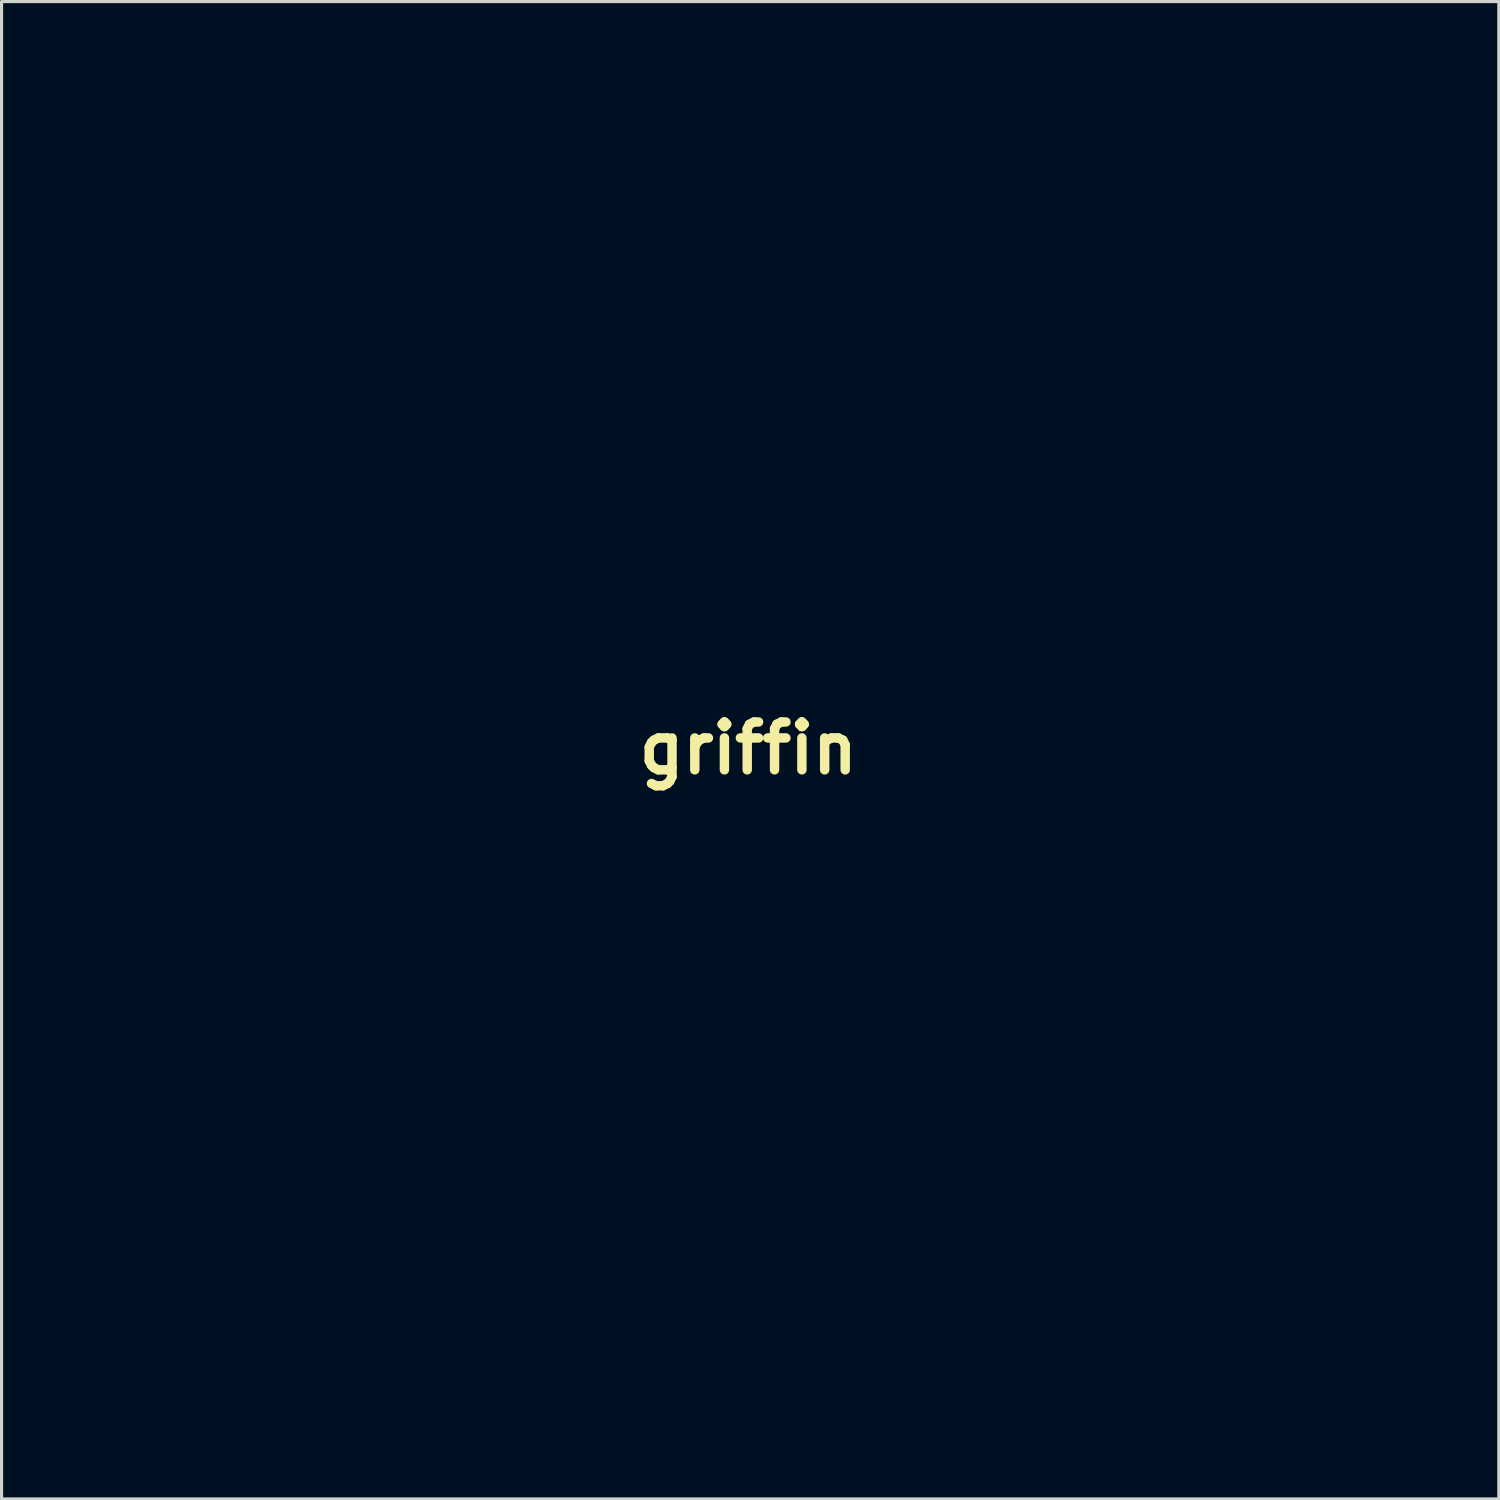
<source format=kicad_pcb>
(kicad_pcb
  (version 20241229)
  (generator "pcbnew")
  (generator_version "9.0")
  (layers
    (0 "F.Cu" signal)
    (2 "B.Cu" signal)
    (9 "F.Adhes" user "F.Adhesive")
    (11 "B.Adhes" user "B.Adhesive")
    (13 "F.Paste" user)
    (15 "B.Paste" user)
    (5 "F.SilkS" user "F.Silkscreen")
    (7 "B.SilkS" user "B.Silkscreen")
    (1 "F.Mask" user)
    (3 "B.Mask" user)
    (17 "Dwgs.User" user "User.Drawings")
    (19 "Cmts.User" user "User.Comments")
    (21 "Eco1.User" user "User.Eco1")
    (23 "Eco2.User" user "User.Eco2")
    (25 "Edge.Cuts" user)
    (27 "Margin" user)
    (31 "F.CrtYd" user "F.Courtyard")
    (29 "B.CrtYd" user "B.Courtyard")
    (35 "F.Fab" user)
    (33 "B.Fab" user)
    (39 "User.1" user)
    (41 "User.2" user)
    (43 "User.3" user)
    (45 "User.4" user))
  (footprint "griffin"
    (layer "F.Cu")
    (at 20.786 20.781)
    (property "Reference" "griffin" (at 0 0 0) (layer "F.SilkS") (effects (font (size 1.524 1.524) (thickness 0.3))))
    (attr through_hole)
    (fp_poly (pts (xy -4.574 -9.854) (xy -4.366 -9.611) (xy -4.099 -9.231) (xy -4.083 -9.207) (xy -3.844 -8.856) (xy -3.617 -8.526) (xy -3.433 -8.261) (xy -3.344 -8.137) (xy -3.173 -7.834) (xy -3.15 -7.569) (xy -3.281 -7.307) (xy -3.461 -7.112) (xy -3.903 -6.788) (xy -4.444 -6.54) (xy -5.02 -6.391) (xy -5.441 -6.36) (xy -5.75 -6.372) (xy -6.011 -6.392) (xy -6.138 -6.411) (xy -6.367 -6.509) (xy -6.485 -6.686) (xy -6.519 -6.981) (xy -6.519 -6.986) (xy -6.446 -7.578) (xy -6.237 -8.207) (xy -5.908 -8.839) (xy -5.477 -9.437) (xy -5.325 -9.609) (xy -5.1 -9.836) (xy -4.916 -9.958) (xy -4.749 -9.967) (xy -4.574 -9.854)) (stroke (width 0.01) (type solid)) (fill no) (layer "Eco2.User"))
    (fp_poly (pts (xy 14.115 -3.831) (xy 14.479 -3.77) (xy 14.769 -3.644) (xy 15.083 -3.4) (xy 15.421 -3.061) (xy 15.733 -2.681) (xy 15.97 -2.319) (xy 16.026 -2.207) (xy 16.193 -1.831) (xy 15.992 -1.665) (xy 15.829 -1.557) (xy 15.557 -1.403) (xy 15.221 -1.229) (xy 15.018 -1.13) (xy 14.396 -0.87) (xy 13.857 -0.73) (xy 13.374 -0.706) (xy 12.915 -0.795) (xy 12.825 -0.825) (xy 12.365 -1.029) (xy 11.983 -1.297) (xy 11.628 -1.67) (xy 11.462 -1.886) (xy 11.198 -2.275) (xy 11.055 -2.567) (xy 11.027 -2.779) (xy 11.102 -2.919) (xy 11.242 -2.999) (xy 11.513 -3.108) (xy 11.878 -3.237) (xy 12.303 -3.375) (xy 12.754 -3.512) (xy 13.195 -3.636) (xy 13.591 -3.738) (xy 13.908 -3.806) (xy 14.112 -3.831) (xy 14.115 -3.831)) (stroke (width 0.01) (type solid)) (fill no) (layer "Eco2.User"))
    (fp_poly (pts (xy 12.653 1.084) (xy 13.247 1.192) (xy 13.97 1.358) (xy 14.586 1.511) (xy 15.057 1.631) (xy 15.402 1.726) (xy 15.64 1.803) (xy 15.791 1.869) (xy 15.875 1.931) (xy 15.911 1.995) (xy 15.917 2.061) (xy 15.853 2.31) (xy 15.678 2.621) (xy 15.42 2.959) (xy 15.109 3.286) (xy 14.772 3.569) (xy 14.652 3.652) (xy 14.205 3.842) (xy 13.657 3.903) (xy 13.018 3.836) (xy 12.298 3.64) (xy 12.28 3.634) (xy 11.743 3.436) (xy 11.249 3.232) (xy 10.822 3.033) (xy 10.488 2.852) (xy 10.27 2.701) (xy 10.198 2.61) (xy 10.211 2.424) (xy 10.32 2.165) (xy 10.498 1.879) (xy 10.718 1.61) (xy 10.857 1.478) (xy 11.14 1.271) (xy 11.436 1.13) (xy 11.771 1.052) (xy 12.169 1.037) (xy 12.653 1.084)) (stroke (width 0.01) (type solid)) (fill no) (layer "Eco2.User"))
    (fp_poly (pts (xy 10.074 3.259) (xy 10.328 3.355) (xy 10.657 3.504) (xy 11.026 3.688) (xy 11.401 3.89) (xy 11.745 4.092) (xy 12.024 4.277) (xy 12.034 4.284) (xy 12.441 4.622) (xy 12.798 4.991) (xy 13.067 5.351) (xy 13.175 5.556) (xy 13.252 5.807) (xy 13.318 6.135) (xy 13.343 6.329) (xy 13.36 6.637) (xy 13.325 6.878) (xy 13.221 7.138) (xy 13.151 7.278) (xy 13.012 7.525) (xy 12.892 7.701) (xy 12.827 7.763) (xy 12.721 7.735) (xy 12.502 7.641) (xy 12.206 7.498) (xy 11.971 7.376) (xy 11.387 7.055) (xy 10.929 6.773) (xy 10.567 6.511) (xy 10.27 6.245) (xy 10.126 6.094) (xy 9.853 5.751) (xy 9.683 5.416) (xy 9.596 5.034) (xy 9.572 4.548) (xy 9.572 4.511) (xy 9.6 3.997) (xy 9.672 3.601) (xy 9.784 3.341) (xy 9.929 3.233) (xy 10.074 3.259)) (stroke (width 0.01) (type solid)) (fill no) (layer "Eco2.User"))
    (fp_poly (pts (xy -5.993 -13.099) (xy -5.987 -13.095) (xy -5.916 -12.984) (xy -5.798 -12.746) (xy -5.648 -12.409) (xy -5.479 -12.005) (xy -5.392 -11.786) (xy -5.197 -11.28) (xy -5.067 -10.902) (xy -5 -10.624) (xy -4.996 -10.417) (xy -5.054 -10.253) (xy -5.174 -10.104) (xy -5.348 -9.948) (xy -5.613 -9.763) (xy -5.993 -9.548) (xy -6.445 -9.322) (xy -6.921 -9.108) (xy -7.379 -8.926) (xy -7.771 -8.798) (xy -7.874 -8.772) (xy -8.289 -8.693) (xy -8.737 -8.635) (xy -9.174 -8.598) (xy -9.559 -8.588) (xy -9.849 -8.605) (xy -9.97 -8.634) (xy -10.102 -8.729) (xy -10.15 -8.884) (xy -10.115 -9.129) (xy -9.996 -9.491) (xy -9.988 -9.513) (xy -9.652 -10.219) (xy -9.178 -10.901) (xy -8.557 -11.57) (xy -7.778 -12.239) (xy -7.64 -12.345) (xy -7.126 -12.718) (xy -6.716 -12.975) (xy -6.399 -13.12) (xy -6.162 -13.159) (xy -5.993 -13.099)) (stroke (width 0.01) (type solid)) (fill no) (layer "Eco2.User"))
    (fp_poly (pts (xy 13.979 -7.963) (xy 14.036 -7.791) (xy 14.05 -7.492) (xy 14.039 -7.048) (xy 13.999 -6.489) (xy 13.917 -6.054) (xy 13.775 -5.695) (xy 13.555 -5.37) (xy 13.239 -5.031) (xy 13.239 -5.031) (xy 13.047 -4.866) (xy 12.766 -4.653) (xy 12.427 -4.412) (xy 12.059 -4.162) (xy 11.694 -3.924) (xy 11.362 -3.717) (xy 11.093 -3.563) (xy 10.917 -3.48) (xy 10.878 -3.471) (xy 10.753 -3.529) (xy 10.618 -3.65) (xy 10.54 -3.762) (xy 10.492 -3.916) (xy 10.467 -4.149) (xy 10.458 -4.501) (xy 10.458 -4.645) (xy 10.464 -5.041) (xy 10.486 -5.321) (xy 10.534 -5.538) (xy 10.619 -5.744) (xy 10.709 -5.914) (xy 10.921 -6.235) (xy 11.184 -6.552) (xy 11.33 -6.694) (xy 11.664 -6.955) (xy 12.09 -7.239) (xy 12.553 -7.515) (xy 13 -7.751) (xy 13.377 -7.914) (xy 13.409 -7.926) (xy 13.681 -8.01) (xy 13.866 -8.029) (xy 13.979 -7.963)) (stroke (width 0.01) (type solid)) (fill no) (layer "Eco2.User"))
    (fp_poly (pts (xy 19.453 2.426) (xy 19.704 2.5) (xy 20.224 2.791) (xy 20.598 3.166) (xy 20.823 3.621) (xy 20.899 4.152) (xy 20.823 4.754) (xy 20.758 4.989) (xy 20.64 5.302) (xy 20.536 5.454) (xy 20.448 5.441) (xy 20.379 5.264) (xy 20.37 5.219) (xy 20.214 4.827) (xy 19.921 4.494) (xy 19.514 4.239) (xy 19.021 4.078) (xy 18.527 4.026) (xy 18.21 4.031) (xy 18.004 4.064) (xy 17.85 4.141) (xy 17.701 4.27) (xy 17.494 4.511) (xy 17.44 4.685) (xy 17.538 4.792) (xy 17.778 4.826) (xy 18.033 4.857) (xy 18.368 4.937) (xy 18.68 5.039) (xy 19.21 5.258) (xy 19.593 5.472) (xy 19.847 5.705) (xy 19.994 5.981) (xy 20.052 6.324) (xy 20.045 6.71) (xy 20.005 7.048) (xy 19.927 7.356) (xy 19.791 7.697) (xy 19.632 8.025) (xy 19.464 8.342) (xy 19.314 8.596) (xy 19.204 8.752) (xy 19.167 8.785) (xy 19.101 8.725) (xy 19.049 8.523) (xy 19.031 8.379) (xy 18.959 8.012) (xy 18.807 7.722) (xy 18.545 7.474) (xy 18.147 7.233) (xy 18.104 7.21) (xy 17.555 6.99) (xy 17.068 6.922) (xy 16.647 7.005) (xy 16.297 7.24) (xy 16.023 7.625) (xy 16.014 7.643) (xy 15.872 8.042) (xy 15.884 8.39) (xy 16.054 8.714) (xy 16.217 8.893) (xy 16.397 9.051) (xy 16.567 9.143) (xy 16.789 9.19) (xy 17.088 9.213) (xy 17.407 9.225) (xy 17.615 9.205) (xy 17.771 9.141) (xy 17.924 9.026) (xy 18.156 8.853) (xy 18.292 8.815) (xy 18.342 8.913) (xy 18.322 9.123) (xy 18.097 9.89) (xy 17.777 10.503) (xy 17.514 10.834) (xy 17.223 11.023) (xy 16.871 11.082) (xy 16.422 11.022) (xy 16.372 11.011) (xy 15.955 10.834) (xy 15.569 10.531) (xy 15.258 10.145) (xy 15.064 9.718) (xy 15.062 9.712) (xy 15.015 9.364) (xy 15.051 8.94) (xy 15.173 8.42) (xy 15.386 7.785) (xy 15.461 7.585) (xy 15.598 7.218) (xy 15.675 6.964) (xy 15.7 6.782) (xy 15.683 6.63) (xy 15.66 6.551) (xy 15.509 6.284) (xy 15.235 5.979) (xy 14.873 5.665) (xy 14.455 5.371) (xy 14.016 5.127) (xy 14.003 5.121) (xy 13.626 4.926) (xy 13.4 4.764) (xy 13.311 4.623) (xy 13.348 4.488) (xy 13.396 4.432) (xy 13.499 4.357) (xy 13.624 4.358) (xy 13.825 4.432) (xy 14.207 4.571) (xy 14.652 4.702) (xy 15.105 4.811) (xy 15.51 4.885) (xy 15.795 4.911) (xy 16.11 4.889) (xy 16.358 4.809) (xy 16.571 4.646) (xy 16.778 4.375) (xy 17.01 3.972) (xy 17.042 3.911) (xy 17.382 3.346) (xy 17.74 2.896) (xy 18.098 2.581) (xy 18.34 2.452) (xy 18.661 2.385) (xy 19.059 2.378) (xy 19.453 2.426)) (stroke (width 0.01) (type solid)) (fill no) (layer "Eco2.User"))
    (fp_poly (pts (xy 17.859 -10.965) (xy 18.138 -10.885) (xy 18.38 -10.764) (xy 18.408 -10.743) (xy 18.556 -10.582) (xy 18.739 -10.321) (xy 18.93 -10.005) (xy 19.105 -9.681) (xy 19.237 -9.392) (xy 19.301 -9.186) (xy 19.304 -9.155) (xy 19.258 -9.006) (xy 19.133 -8.994) (xy 18.95 -9.116) (xy 18.889 -9.178) (xy 18.637 -9.364) (xy 18.327 -9.429) (xy 17.926 -9.378) (xy 17.851 -9.36) (xy 17.317 -9.146) (xy 16.881 -8.816) (xy 16.564 -8.391) (xy 16.392 -7.916) (xy 16.363 -7.675) (xy 16.405 -7.539) (xy 16.535 -7.505) (xy 16.77 -7.57) (xy 17.128 -7.73) (xy 17.203 -7.766) (xy 17.871 -8.074) (xy 18.428 -8.275) (xy 18.891 -8.373) (xy 19.276 -8.372) (xy 19.603 -8.275) (xy 19.635 -8.259) (xy 19.759 -8.17) (xy 19.871 -8.023) (xy 19.987 -7.786) (xy 20.127 -7.427) (xy 20.171 -7.306) (xy 20.35 -6.794) (xy 20.47 -6.42) (xy 20.533 -6.165) (xy 20.544 -6.011) (xy 20.508 -5.938) (xy 20.459 -5.927) (xy 20.328 -5.991) (xy 20.175 -6.147) (xy 20.155 -6.175) (xy 19.871 -6.437) (xy 19.491 -6.561) (xy 19.022 -6.549) (xy 18.467 -6.399) (xy 18.203 -6.292) (xy 17.728 -6.028) (xy 17.359 -5.711) (xy 17.116 -5.364) (xy 17.019 -5.008) (xy 17.018 -4.973) (xy 17.094 -4.74) (xy 17.292 -4.517) (xy 17.567 -4.343) (xy 17.847 -4.259) (xy 18.257 -4.275) (xy 18.672 -4.412) (xy 19.049 -4.642) (xy 19.346 -4.939) (xy 19.519 -5.277) (xy 19.525 -5.297) (xy 19.595 -5.444) (xy 19.673 -5.479) (xy 19.765 -5.374) (xy 19.861 -5.143) (xy 19.949 -4.832) (xy 20.018 -4.484) (xy 20.057 -4.143) (xy 20.061 -4.032) (xy 20.055 -3.74) (xy 20.014 -3.55) (xy 19.912 -3.397) (xy 19.773 -3.258) (xy 19.365 -2.975) (xy 18.863 -2.785) (xy 18.324 -2.71) (xy 18.279 -2.709) (xy 17.964 -2.739) (xy 17.72 -2.85) (xy 17.607 -2.937) (xy 17.436 -3.13) (xy 17.235 -3.433) (xy 17.035 -3.799) (xy 16.997 -3.876) (xy 16.74 -4.342) (xy 16.468 -4.666) (xy 16.158 -4.857) (xy 15.787 -4.921) (xy 15.332 -4.865) (xy 14.771 -4.699) (xy 14.632 -4.649) (xy 14.106 -4.465) (xy 13.721 -4.361) (xy 13.471 -4.334) (xy 13.348 -4.382) (xy 13.345 -4.387) (xy 13.317 -4.5) (xy 13.384 -4.624) (xy 13.565 -4.775) (xy 13.876 -4.968) (xy 14.071 -5.078) (xy 14.661 -5.442) (xy 15.154 -5.824) (xy 15.528 -6.204) (xy 15.759 -6.56) (xy 15.888 -7.033) (xy 15.897 -7.618) (xy 15.784 -8.318) (xy 15.743 -8.487) (xy 15.636 -9.031) (xy 15.633 -9.474) (xy 15.745 -9.841) (xy 15.987 -10.156) (xy 16.37 -10.445) (xy 16.909 -10.732) (xy 16.909 -10.732) (xy 17.248 -10.884) (xy 17.492 -10.963) (xy 17.695 -10.983) (xy 17.859 -10.965)) (stroke (width 0.01) (type solid)) (fill no) (layer "Eco2.User"))
    (fp_poly (pts (xy 2.106 7.172) (xy 3.124 7.399) (xy 4.231 7.741) (xy 5.04 8.042) (xy 6.143 8.508) (xy 7.113 8.976) (xy 7.982 9.463) (xy 8.377 9.711) (xy 8.868 10.035) (xy 9.229 10.289) (xy 9.479 10.487) (xy 9.636 10.646) (xy 9.716 10.781) (xy 9.737 10.898) (xy 9.69 11.106) (xy 9.562 11.415) (xy 9.372 11.79) (xy 9.14 12.194) (xy 8.885 12.592) (xy 8.627 12.95) (xy 8.596 12.989) (xy 8.067 13.586) (xy 7.433 14.198) (xy 6.736 14.79) (xy 6.016 15.329) (xy 5.316 15.78) (xy 4.889 16.011) (xy 4.615 16.159) (xy 4.412 16.292) (xy 4.32 16.386) (xy 4.318 16.395) (xy 4.397 16.486) (xy 4.614 16.561) (xy 4.938 16.618) (xy 5.338 16.651) (xy 5.781 16.656) (xy 6.095 16.641) (xy 6.973 16.549) (xy 7.8 16.399) (xy 8.619 16.178) (xy 9.47 15.875) (xy 10.395 15.478) (xy 10.715 15.329) (xy 11.12 15.143) (xy 11.483 14.987) (xy 11.771 14.875) (xy 11.95 14.82) (xy 11.978 14.817) (xy 12.15 14.864) (xy 12.419 14.99) (xy 12.746 15.173) (xy 13.092 15.39) (xy 13.417 15.62) (xy 13.517 15.697) (xy 13.824 15.943) (xy 13.772 16.615) (xy 13.687 17.187) (xy 13.521 17.639) (xy 13.254 18.009) (xy 12.969 18.263) (xy 12.68 18.464) (xy 12.496 18.541) (xy 12.404 18.491) (xy 12.393 18.314) (xy 12.412 18.182) (xy 12.452 17.907) (xy 12.471 17.671) (xy 12.471 17.627) (xy 12.393 17.373) (xy 12.213 17.188) (xy 11.98 17.117) (xy 11.942 17.12) (xy 11.832 17.143) (xy 11.764 17.205) (xy 11.723 17.342) (xy 11.695 17.592) (xy 11.68 17.791) (xy 11.643 18.164) (xy 11.583 18.423) (xy 11.483 18.627) (xy 11.41 18.732) (xy 11.064 19.055) (xy 10.611 19.281) (xy 10.283 19.363) (xy 10.084 19.379) (xy 10.005 19.324) (xy 10.035 19.172) (xy 10.127 18.972) (xy 10.217 18.627) (xy 10.17 18.28) (xy 10.019 18.018) (xy 9.807 17.882) (xy 9.586 17.887) (xy 9.391 18.013) (xy 9.261 18.239) (xy 9.229 18.458) (xy 9.161 18.897) (xy 8.961 19.233) (xy 8.636 19.462) (xy 8.192 19.579) (xy 7.641 19.581) (xy 7.381 19.531) (xy 7.282 19.44) (xy 7.281 19.426) (xy 7.327 19.317) (xy 7.364 19.304) (xy 7.461 19.233) (xy 7.571 19.059) (xy 7.662 18.844) (xy 7.704 18.65) (xy 7.705 18.637) (xy 7.63 18.407) (xy 7.423 18.256) (xy 7.119 18.203) (xy 6.869 18.236) (xy 6.677 18.353) (xy 6.502 18.587) (xy 6.402 18.772) (xy 6.245 19.006) (xy 6.034 19.153) (xy 5.731 19.23) (xy 5.318 19.255) (xy 4.931 19.243) (xy 4.701 19.191) (xy 4.617 19.09) (xy 4.67 18.932) (xy 4.772 18.795) (xy 4.951 18.533) (xy 4.99 18.327) (xy 4.882 18.168) (xy 4.62 18.046) (xy 4.197 17.951) (xy 4.16 17.945) (xy 3.689 17.846) (xy 3.18 17.7) (xy 2.672 17.523) (xy 2.206 17.331) (xy 1.819 17.137) (xy 1.55 16.957) (xy 1.512 16.922) (xy 1.396 16.779) (xy 1.348 16.634) (xy 1.38 16.467) (xy 1.5 16.26) (xy 1.72 15.992) (xy 2.049 15.644) (xy 2.356 15.338) (xy 2.779 14.904) (xy 3.166 14.478) (xy 3.501 14.078) (xy 3.768 13.724) (xy 3.953 13.438) (xy 4.038 13.238) (xy 4.039 13.175) (xy 3.949 13.101) (xy 3.744 13) (xy 3.507 12.908) (xy 2.581 12.496) (xy 1.732 11.94) (xy 0.972 11.251) (xy 0.313 10.443) (xy -0.236 9.527) (xy -0.661 8.515) (xy -0.671 8.485) (xy -0.787 8.028) (xy -0.782 7.674) (xy -0.647 7.413) (xy -0.373 7.23) (xy 0.049 7.115) (xy 0.374 7.073) (xy 1.186 7.063) (xy 2.106 7.172)) (stroke (width 0.01) (type solid)) (fill no) (layer "Eco2.User"))
    (fp_poly (pts (xy 5.207 -18.88) (xy 5.54 -18.677) (xy 5.896 -18.489) (xy 6.152 -18.376) (xy 6.493 -18.279) (xy 6.961 -18.192) (xy 7.515 -18.119) (xy 8.112 -18.065) (xy 8.711 -18.035) (xy 8.962 -18.031) (xy 9.612 -18.002) (xy 10.255 -17.923) (xy 10.861 -17.803) (xy 11.399 -17.65) (xy 11.838 -17.472) (xy 12.148 -17.275) (xy 12.21 -17.214) (xy 12.369 -16.979) (xy 12.532 -16.643) (xy 12.669 -16.275) (xy 12.745 -15.981) (xy 12.765 -15.772) (xy 12.711 -15.673) (xy 12.559 -15.677) (xy 12.286 -15.774) (xy 12.248 -15.79) (xy 12.115 -15.849) (xy 12.021 -15.877) (xy 11.939 -15.855) (xy 11.844 -15.762) (xy 11.707 -15.58) (xy 11.504 -15.288) (xy 11.423 -15.173) (xy 11.189 -14.881) (xy 11.005 -14.751) (xy 10.87 -14.784) (xy 10.784 -14.978) (xy 10.745 -15.335) (xy 10.744 -15.367) (xy 10.724 -15.777) (xy 10.68 -16.051) (xy 10.596 -16.22) (xy 10.457 -16.318) (xy 10.272 -16.372) (xy 9.954 -16.406) (xy 9.608 -16.398) (xy 9.532 -16.388) (xy 9.285 -16.336) (xy 9.169 -16.262) (xy 9.144 -16.164) (xy 9.207 -15.933) (xy 9.38 -15.637) (xy 9.635 -15.315) (xy 9.944 -15.008) (xy 10.386 -14.697) (xy 10.838 -14.543) (xy 11.314 -14.546) (xy 11.826 -14.706) (xy 12.381 -15.017) (xy 12.642 -15.176) (xy 12.863 -15.287) (xy 12.986 -15.325) (xy 13.131 -15.288) (xy 13.372 -15.192) (xy 13.65 -15.061) (xy 14.14 -14.795) (xy 14.489 -14.552) (xy 14.717 -14.307) (xy 14.847 -14.037) (xy 14.898 -13.715) (xy 14.901 -13.582) (xy 14.877 -13.233) (xy 14.813 -12.906) (xy 14.722 -12.649) (xy 14.616 -12.507) (xy 14.598 -12.498) (xy 14.488 -12.536) (xy 14.353 -12.689) (xy 14.322 -12.738) (xy 14.17 -12.918) (xy 13.927 -13.082) (xy 13.579 -13.235) (xy 13.111 -13.382) (xy 12.507 -13.529) (xy 11.752 -13.68) (xy 11.557 -13.716) (xy 11.249 -13.781) (xy 10.868 -13.876) (xy 10.541 -13.966) (xy 10.158 -14.062) (xy 9.81 -14.12) (xy 9.532 -14.138) (xy 9.357 -14.112) (xy 9.313 -14.063) (xy 9.38 -13.975) (xy 9.56 -13.819) (xy 9.824 -13.614) (xy 10.141 -13.384) (xy 10.483 -13.148) (xy 10.818 -12.928) (xy 11.116 -12.745) (xy 11.345 -12.622) (xy 11.613 -12.51) (xy 11.863 -12.444) (xy 12.158 -12.415) (xy 12.552 -12.411) (xy 12.882 -12.407) (xy 13.137 -12.392) (xy 13.277 -12.368) (xy 13.293 -12.356) (xy 13.228 -12.25) (xy 13.061 -12.09) (xy 12.836 -11.91) (xy 12.595 -11.744) (xy 12.381 -11.627) (xy 12.368 -11.621) (xy 11.901 -11.515) (xy 11.344 -11.549) (xy 10.694 -11.724) (xy 10.087 -11.975) (xy 9.728 -12.134) (xy 9.414 -12.258) (xy 9.184 -12.332) (xy 9.083 -12.346) (xy 8.974 -12.277) (xy 8.897 -12.107) (xy 8.848 -11.817) (xy 8.823 -11.386) (xy 8.818 -11.134) (xy 8.848 -10.266) (xy 8.954 -9.48) (xy 9.13 -8.796) (xy 9.373 -8.237) (xy 9.567 -7.946) (xy 9.76 -7.65) (xy 9.814 -7.428) (xy 9.745 -7.287) (xy 9.567 -7.231) (xy 9.297 -7.265) (xy 8.95 -7.396) (xy 8.564 -7.612) (xy 8.075 -7.978) (xy 7.722 -8.373) (xy 7.473 -8.835) (xy 7.405 -9.018) (xy 7.302 -9.297) (xy 7.209 -9.503) (xy 7.145 -9.592) (xy 7.144 -9.592) (xy 7.096 -9.524) (xy 7.04 -9.329) (xy 6.985 -9.046) (xy 6.98 -9.011) (xy 6.848 -8.431) (xy 6.646 -7.938) (xy 6.388 -7.561) (xy 6.189 -7.387) (xy 5.797 -7.224) (xy 5.359 -7.206) (xy 4.917 -7.332) (xy 4.77 -7.41) (xy 4.442 -7.671) (xy 4.215 -8.013) (xy 4.078 -8.459) (xy 4.024 -9.03) (xy 4.022 -9.186) (xy 4.029 -9.558) (xy 4.048 -9.891) (xy 4.075 -10.129) (xy 4.087 -10.181) (xy 4.109 -10.362) (xy 4.056 -10.409) (xy 3.953 -10.323) (xy 3.858 -10.171) (xy 3.627 -9.897) (xy 3.293 -9.725) (xy 2.892 -9.661) (xy 2.458 -9.71) (xy 2.027 -9.877) (xy 1.99 -9.898) (xy 1.608 -10.153) (xy 1.344 -10.402) (xy 1.204 -10.629) (xy 1.196 -10.82) (xy 1.327 -10.958) (xy 1.482 -11.011) (xy 1.971 -11.19) (xy 2.389 -11.496) (xy 2.487 -11.602) (xy 2.598 -11.766) (xy 2.766 -12.05) (xy 2.97 -12.423) (xy 3.194 -12.853) (xy 3.344 -13.15) (xy 3.773 -13.983) (xy 4.164 -14.665) (xy 4.522 -15.205) (xy 4.855 -15.615) (xy 5.17 -15.906) (xy 5.383 -16.076) (xy 5.532 -16.214) (xy 5.575 -16.269) (xy 5.551 -16.373) (xy 5.462 -16.591) (xy 5.323 -16.892) (xy 5.179 -17.183) (xy 4.899 -17.786) (xy 4.729 -18.291) (xy 4.661 -18.722) (xy 4.671 -18.992) (xy 4.699 -19.22) (xy 5.207 -18.88)) (stroke (width 0.01) (type solid)) (fill no) (layer "Eco2.User"))
    (fp_poly (pts (xy -1.802 -20.773) (xy -1.405 -20.764) (xy -1.1 -20.742) (xy -0.846 -20.705) (xy -0.606 -20.647) (xy -0.34 -20.565) (xy -0.296 -20.551) (xy 0.343 -20.305) (xy 0.844 -20.028) (xy 1.238 -19.694) (xy 1.558 -19.275) (xy 1.813 -18.792) (xy 2.005 -18.228) (xy 2.088 -17.606) (xy 2.059 -16.915) (xy 1.918 -16.147) (xy 1.662 -15.292) (xy 1.288 -14.338) (xy 0.797 -13.278) (xy 0.719 -13.121) (xy 0.537 -12.741) (xy 0.389 -12.394) (xy 0.291 -12.12) (xy 0.256 -11.961) (xy 0.317 -11.617) (xy 0.478 -11.196) (xy 0.718 -10.736) (xy 1.013 -10.274) (xy 1.339 -9.848) (xy 1.674 -9.497) (xy 1.849 -9.351) (xy 2.293 -9.088) (xy 2.786 -8.899) (xy 3.258 -8.809) (xy 3.362 -8.805) (xy 3.57 -8.765) (xy 3.707 -8.631) (xy 3.783 -8.379) (xy 3.81 -7.988) (xy 3.81 -7.914) (xy 3.866 -7.407) (xy 4.019 -6.918) (xy 4.249 -6.499) (xy 4.452 -6.27) (xy 4.699 -6.093) (xy 4.951 -6.02) (xy 5.129 -6.011) (xy 5.424 -6.039) (xy 5.688 -6.107) (xy 5.745 -6.132) (xy 6.022 -6.33) (xy 6.326 -6.636) (xy 6.617 -7.001) (xy 6.853 -7.377) (xy 6.914 -7.499) (xy 7.076 -7.791) (xy 7.225 -7.939) (xy 7.35 -7.937) (xy 7.421 -7.829) (xy 7.53 -7.692) (xy 7.752 -7.505) (xy 8.049 -7.291) (xy 8.385 -7.076) (xy 8.722 -6.887) (xy 9.022 -6.746) (xy 9.036 -6.741) (xy 9.524 -6.552) (xy 9.529 -5.414) (xy 9.534 -4.934) (xy 9.549 -4.575) (xy 9.58 -4.29) (xy 9.635 -4.031) (xy 9.72 -3.75) (xy 9.795 -3.534) (xy 10.039 -2.912) (xy 10.312 -2.382) (xy 10.646 -1.894) (xy 11.073 -1.396) (xy 11.367 -1.093) (xy 11.731 -0.717) (xy 11.969 -0.432) (xy 12.083 -0.22) (xy 12.077 -0.062) (xy 11.953 0.061) (xy 11.713 0.166) (xy 11.557 0.216) (xy 10.96 0.459) (xy 10.463 0.809) (xy 10.063 1.242) (xy 9.513 2.036) (xy 9.123 2.82) (xy 8.886 3.612) (xy 8.793 4.431) (xy 8.792 4.609) (xy 8.766 5.186) (xy 8.677 5.612) (xy 8.523 5.896) (xy 8.377 6.014) (xy 8.248 6.038) (xy 8.08 5.97) (xy 7.867 5.821) (xy 7.416 5.415) (xy 7.103 4.985) (xy 6.898 4.486) (xy 6.859 4.339) (xy 6.773 4.024) (xy 6.692 3.841) (xy 6.6 3.757) (xy 6.543 3.742) (xy 6.442 3.755) (xy 6.341 3.844) (xy 6.22 4.037) (xy 6.057 4.358) (xy 5.63 5.067) (xy 5.095 5.649) (xy 4.455 6.101) (xy 3.715 6.422) (xy 2.879 6.611) (xy 1.949 6.667) (xy 0.931 6.589) (xy -0.172 6.375) (xy -0.254 6.355) (xy -0.742 6.244) (xy -1.246 6.151) (xy -1.737 6.079) (xy -2.186 6.032) (xy -2.563 6.012) (xy -2.839 6.022) (xy -2.984 6.066) (xy -2.994 6.077) (xy -2.968 6.178) (xy -2.853 6.371) (xy -2.67 6.624) (xy -2.574 6.745) (xy -2.1 7.417) (xy -1.661 8.226) (xy -1.272 9.141) (xy -0.943 10.133) (xy -0.715 11.049) (xy -0.638 11.504) (xy -0.579 12.048) (xy -0.535 12.657) (xy -0.508 13.304) (xy -0.496 13.967) (xy -0.501 14.619) (xy -0.52 15.236) (xy -0.555 15.793) (xy -0.604 16.265) (xy -0.668 16.628) (xy -0.746 16.856) (xy -0.779 16.902) (xy -0.859 16.967) (xy -0.957 16.998) (xy -1.114 16.994) (xy -1.368 16.955) (xy -1.667 16.898) (xy -3.196 16.549) (xy -4.589 16.121) (xy -5.841 15.617) (xy -6.95 15.038) (xy -7.91 14.386) (xy -8.239 14.117) (xy -8.51 13.859) (xy -8.836 13.517) (xy -9.167 13.142) (xy -9.374 12.89) (xy -9.701 12.492) (xy -9.935 12.232) (xy -10.083 12.111) (xy -10.147 12.127) (xy -10.133 12.281) (xy -10.045 12.572) (xy -9.96 12.804) (xy -9.522 13.792) (xy -8.967 14.758) (xy -8.317 15.676) (xy -7.594 16.518) (xy -6.82 17.259) (xy -6.016 17.871) (xy -5.567 18.145) (xy -5.31 18.303) (xy -5.118 18.45) (xy -5.038 18.546) (xy -5.04 18.695) (xy -5.09 18.956) (xy -5.174 19.284) (xy -5.279 19.631) (xy -5.39 19.952) (xy -5.496 20.201) (xy -5.543 20.285) (xy -5.727 20.463) (xy -6.019 20.641) (xy -6.36 20.792) (xy -6.69 20.888) (xy -6.882 20.909) (xy -7.09 20.868) (xy -7.386 20.766) (xy -7.709 20.623) (xy -7.747 20.604) (xy -8.273 20.323) (xy -8.657 20.084) (xy -8.893 19.891) (xy -8.975 19.749) (xy -8.975 19.747) (xy -8.941 19.669) (xy -8.814 19.659) (xy -8.657 19.685) (xy -8.247 19.745) (xy -7.957 19.727) (xy -7.754 19.626) (xy -7.684 19.554) (xy -7.526 19.358) (xy -7.948 18.935) (xy -8.371 18.513) (xy -8.81 18.654) (xy -9.204 18.749) (xy -9.606 18.793) (xy -9.954 18.78) (xy -10.121 18.741) (xy -10.244 18.644) (xy -10.426 18.442) (xy -10.64 18.174) (xy -10.859 17.877) (xy -11.053 17.589) (xy -11.196 17.348) (xy -11.26 17.193) (xy -11.261 17.18) (xy -11.246 17.055) (xy -11.181 17.034) (xy -11.034 17.12) (xy -10.929 17.196) (xy -10.609 17.339) (xy -10.246 17.364) (xy -9.912 17.266) (xy -9.862 17.236) (xy -9.7 17.091) (xy -9.67 16.932) (xy -9.775 16.726) (xy -9.907 16.564) (xy -10.045 16.418) (xy -10.174 16.329) (xy -10.345 16.28) (xy -10.605 16.255) (xy -10.833 16.243) (xy -11.288 16.202) (xy -11.616 16.106) (xy -11.856 15.928) (xy -12.049 15.64) (xy -12.21 15.274) (xy -12.32 14.948) (xy -12.4 14.625) (xy -12.444 14.342) (xy -12.446 14.139) (xy -12.4 14.055) (xy -12.395 14.055) (xy -12.312 14.114) (xy -12.183 14.258) (xy -12.179 14.263) (xy -11.944 14.443) (xy -11.621 14.542) (xy -11.279 14.541) (xy -11.219 14.528) (xy -11.059 14.435) (xy -11.012 14.255) (xy -11.077 13.972) (xy -11.172 13.74) (xy -11.329 13.477) (xy -11.512 13.344) (xy -11.573 13.326) (xy -11.921 13.207) (xy -12.251 13.035) (xy -12.501 12.844) (xy -12.567 12.767) (xy -12.643 12.592) (xy -12.685 12.311) (xy -12.699 11.895) (xy -12.699 11.856) (xy -12.686 11.471) (xy -12.652 11.166) (xy -12.602 10.968) (xy -12.542 10.902) (xy -12.51 10.924) (xy -12.448 11.017) (xy -12.34 11.188) (xy -12.334 11.197) (xy -12.173 11.367) (xy -11.993 11.437) (xy -11.842 11.406) (xy -11.767 11.268) (xy -11.765 11.239) (xy -11.764 11.09) (xy -11.764 10.807) (xy -11.765 10.424) (xy -11.767 9.977) (xy -11.768 9.759) (xy -11.767 9.187) (xy -11.751 8.763) (xy -11.716 8.466) (xy -11.657 8.276) (xy -11.569 8.171) (xy -11.448 8.131) (xy -11.393 8.128) (xy -11.274 8.16) (xy -11.143 8.27) (xy -10.979 8.486) (xy -10.786 8.784) (xy -10.309 9.447) (xy -9.742 10.06) (xy -9.125 10.585) (xy -8.5 10.982) (xy -8.49 10.987) (xy -8.049 11.194) (xy -7.56 11.389) (xy -7.05 11.565) (xy -6.545 11.715) (xy -6.072 11.832) (xy -5.659 11.91) (xy -5.331 11.941) (xy -5.116 11.918) (xy -5.05 11.874) (xy -5.096 11.798) (xy -5.262 11.666) (xy -5.518 11.499) (xy -5.695 11.396) (xy -6.043 11.183) (xy -6.466 10.9) (xy -6.909 10.584) (xy -7.289 10.294) (xy -8.155 9.538) (xy -8.862 8.769) (xy -9.411 7.989) (xy -9.799 7.203) (xy -10.023 6.414) (xy -10.083 5.627) (xy -9.975 4.846) (xy -9.947 4.739) (xy -9.865 4.426) (xy -9.795 4.137) (xy -9.769 4.013) (xy -9.719 3.75) (xy -10.36 3.692) (xy -11.019 3.604) (xy -11.54 3.464) (xy -11.947 3.261) (xy -12.267 2.98) (xy -12.504 2.648) (xy -12.704 2.147) (xy -12.74 1.614) (xy -12.609 1.052) (xy -12.445 0.689) (xy -12.236 0.347) (xy -11.986 0.055) (xy -11.668 -0.212) (xy -11.254 -0.474) (xy -10.716 -0.754) (xy -10.499 -0.858) (xy -9.808 -1.187) (xy -9.255 -1.459) (xy -8.818 -1.687) (xy -8.481 -1.879) (xy -8.223 -2.046) (xy -8.036 -2.189) (xy -7.677 -2.575) (xy -7.455 -2.996) (xy -7.368 -3.426) (xy -7.416 -3.84) (xy -7.599 -4.21) (xy -7.915 -4.513) (xy -8.087 -4.613) (xy -8.525 -4.764) (xy -9.058 -4.821) (xy -9.697 -4.784) (xy -10.457 -4.653) (xy -10.964 -4.533) (xy -11.531 -4.37) (xy -12.148 -4.163) (xy -12.78 -3.927) (xy -13.394 -3.675) (xy -13.955 -3.423) (xy -14.43 -3.183) (xy -14.785 -2.97) (xy -14.856 -2.918) (xy -15.304 -2.478) (xy -15.631 -1.945) (xy -15.825 -1.355) (xy -15.871 -0.741) (xy -15.837 -0.446) (xy -15.701 0.044) (xy -15.462 0.635) (xy -15.129 1.305) (xy -14.715 2.032) (xy -14.231 2.794) (xy -13.789 3.432) (xy -13.56 3.763) (xy -13.357 4.081) (xy -13.211 4.336) (xy -13.169 4.424) (xy -13.057 4.856) (xy -13.053 5.309) (xy -13.154 5.716) (xy -13.218 5.842) (xy -13.416 6.15) (xy -13.63 6.447) (xy -13.833 6.7) (xy -13.999 6.876) (xy -14.1 6.943) (xy -14.101 6.943) (xy -14.172 6.868) (xy -14.261 6.673) (xy -14.334 6.446) (xy -14.434 6.169) (xy -14.593 5.856) (xy -14.83 5.479) (xy -15.162 5.007) (xy -15.208 4.943) (xy -15.694 4.269) (xy -16.083 3.704) (xy -16.385 3.223) (xy -16.611 2.804) (xy -16.771 2.424) (xy -16.876 2.06) (xy -16.936 1.688) (xy -16.961 1.286) (xy -16.964 1.058) (xy -16.959 0.67) (xy -16.943 0.322) (xy -16.92 0.064) (xy -16.905 -0.021) (xy -16.888 -0.204) (xy -16.946 -0.26) (xy -17.053 -0.2) (xy -17.185 -0.031) (xy -17.259 0.106) (xy -17.537 0.853) (xy -17.692 1.64) (xy -17.72 2.425) (xy -17.617 3.169) (xy -17.53 3.471) (xy -17.196 4.357) (xy -16.796 5.234) (xy -16.307 6.151) (xy -16.019 6.646) (xy -15.311 7.832) (xy -15.341 8.424) (xy -15.372 8.761) (xy -15.439 9.062) (xy -15.559 9.391) (xy -15.727 9.758) (xy -15.886 10.074) (xy -16.027 10.324) (xy -16.128 10.472) (xy -16.162 10.499) (xy -16.237 10.426) (xy -16.323 10.246) (xy -16.346 10.181) (xy -16.45 9.894) (xy -16.582 9.604) (xy -16.76 9.282) (xy -16.999 8.899) (xy -17.316 8.427) (xy -17.529 8.118) (xy -17.823 7.685) (xy -18.111 7.24) (xy -18.363 6.829) (xy -18.553 6.497) (xy -18.591 6.425) (xy -18.739 6.119) (xy -18.835 5.869) (xy -18.893 5.615) (xy -18.927 5.301) (xy -18.948 4.929) (xy -18.92 3.763) (xy -18.727 2.628) (xy -18.61 2.201) (xy -18.366 1.452) (xy -18.104 0.743) (xy -17.839 0.112) (xy -17.587 -0.403) (xy -17.513 -0.535) (xy -17.325 -0.892) (xy -17.236 -1.152) (xy -17.248 -1.302) (xy -17.361 -1.334) (xy -17.421 -1.316) (xy -17.546 -1.253) (xy -17.784 -1.12) (xy -18.103 -0.936) (xy -18.471 -0.719) (xy -18.55 -0.673) (xy -19.102 -0.316) (xy -19.595 0.053) (xy -20.007 0.414) (xy -20.317 0.749) (xy -20.503 1.038) (xy -20.537 1.136) (xy -20.608 1.289) (xy -20.69 1.329) (xy -20.736 1.233) (xy -20.766 0.977) (xy -20.78 0.559) (xy -20.781 0.246) (xy -20.775 -0.216) (xy -20.758 -0.549) (xy -20.726 -0.795) (xy -20.672 -0.994) (xy -20.59 -1.187) (xy -20.58 -1.208) (xy -20.444 -1.453) (xy -20.283 -1.65) (xy -20.059 -1.83) (xy -19.736 -2.026) (xy -19.516 -2.146) (xy -19.101 -2.358) (xy -18.568 -2.615) (xy -17.939 -2.909) (xy -17.241 -3.227) (xy -16.498 -3.559) (xy -15.735 -3.895) (xy -14.978 -4.222) (xy -14.25 -4.531) (xy -13.576 -4.811) (xy -12.983 -5.05) (xy -12.494 -5.238) (xy -12.15 -5.359) (xy -11.256 -5.606) (xy -10.389 -5.767) (xy -9.573 -5.84) (xy -8.833 -5.823) (xy -8.192 -5.716) (xy -7.789 -5.575) (xy -7.206 -5.245) (xy -6.775 -4.855) (xy -6.484 -4.388) (xy -6.321 -3.829) (xy -6.283 -3.476) (xy -6.271 -3.111) (xy -6.291 -2.851) (xy -6.352 -2.633) (xy -6.436 -2.45) (xy -6.654 -2.076) (xy -6.922 -1.732) (xy -7.258 -1.404) (xy -7.678 -1.079) (xy -8.202 -0.744) (xy -8.846 -0.384) (xy -9.629 0.012) (xy -9.832 0.111) (xy -10.407 0.396) (xy -10.841 0.636) (xy -11.154 0.845) (xy -11.363 1.038) (xy -11.486 1.231) (xy -11.541 1.439) (xy -11.549 1.578) (xy -11.472 1.896) (xy -11.24 2.166) (xy -10.88 2.381) (xy -10.622 2.453) (xy -10.23 2.504) (xy -9.737 2.534) (xy -9.174 2.543) (xy -8.577 2.53) (xy -7.978 2.496) (xy -7.41 2.44) (xy -7.179 2.409) (xy -6.194 2.233) (xy -5.211 2.008) (xy -4.268 1.745) (xy -3.403 1.453) (xy -2.652 1.145) (xy -2.371 1.008) (xy -1.307 0.376) (xy -0.353 -0.366) (xy 0.48 -1.204) (xy 1.18 -2.126) (xy 1.735 -3.121) (xy 1.862 -3.41) (xy 2.028 -3.854) (xy 2.182 -4.348) (xy 2.314 -4.856) (xy 2.418 -5.343) (xy 2.487 -5.776) (xy 2.513 -6.118) (xy 2.49 -6.332) (xy 2.406 -6.503) (xy 2.318 -6.528) (xy 2.218 -6.401) (xy 2.098 -6.115) (xy 2.064 -6.017) (xy 1.887 -5.588) (xy 1.672 -5.269) (xy 1.388 -5.032) (xy 1.001 -4.85) (xy 0.479 -4.697) (xy 0.456 -4.691) (xy 0.157 -4.612) (xy -0.077 -4.538) (xy -0.197 -4.485) (xy -0.199 -4.484) (xy -0.236 -4.402) (xy -0.183 -4.284) (xy -0.028 -4.113) (xy 0.242 -3.874) (xy 0.529 -3.641) (xy 0.82 -3.395) (xy 1.041 -3.178) (xy 1.167 -3.02) (xy 1.185 -2.968) (xy 1.127 -2.784) (xy 0.974 -2.533) (xy 0.759 -2.261) (xy 0.517 -2.012) (xy 0.392 -1.907) (xy -0.085 -1.627) (xy -0.664 -1.418) (xy -1.197 -1.312) (xy -1.584 -1.28) (xy -1.833 -1.306) (xy -1.972 -1.401) (xy -2.027 -1.578) (xy -2.031 -1.678) (xy -1.984 -2.089) (xy -1.857 -2.587) (xy -1.67 -3.121) (xy -1.441 -3.64) (xy -1.19 -4.093) (xy -1.054 -4.289) (xy -0.898 -4.509) (xy -0.859 -4.607) (xy -0.935 -4.58) (xy -1.125 -4.43) (xy -1.16 -4.399) (xy -1.391 -4.228) (xy -1.714 -4.03) (xy -2.063 -3.843) (xy -2.112 -3.819) (xy -2.447 -3.667) (xy -2.71 -3.576) (xy -2.973 -3.53) (xy -3.303 -3.515) (xy -3.495 -3.514) (xy -3.883 -3.521) (xy -4.133 -3.547) (xy -4.273 -3.595) (xy -4.32 -3.641) (xy -4.382 -3.848) (xy -4.4 -4.166) (xy -4.377 -4.544) (xy -4.316 -4.929) (xy -4.233 -5.23) (xy -4.104 -5.529) (xy -3.917 -5.881) (xy -3.697 -6.246) (xy -3.472 -6.578) (xy -3.269 -6.837) (xy -3.152 -6.95) (xy -2.493 -6.95) (xy -2.461 -6.858) (xy -2.334 -6.674) (xy -2.136 -6.427) (xy -1.982 -6.251) (xy -1.554 -5.788) (xy -1.224 -5.461) (xy -0.993 -5.271) (xy -0.862 -5.217) (xy -0.841 -5.229) (xy -0.801 -5.336) (xy -0.741 -5.567) (xy -0.673 -5.879) (xy -0.647 -6.008) (xy -0.479 -6.635) (xy -0.247 -7.109) (xy 0.05 -7.434) (xy 0.185 -7.522) (xy 0.423 -7.664) (xy 0.621 -7.801) (xy 0.741 -7.919) (xy 0.74 -8.041) (xy 0.685 -8.157) (xy 0.528 -8.362) (xy 0.368 -8.433) (xy 0.233 -8.358) (xy 0.212 -8.324) (xy 0.111 -8.189) (xy -0.072 -7.98) (xy -0.298 -7.743) (xy -0.302 -7.739) (xy -0.786 -7.349) (xy -1.314 -7.116) (xy -1.913 -7.029) (xy -2 -7.027) (xy -2.259 -7.014) (xy -2.443 -6.979) (xy -2.493 -6.95) (xy -3.152 -6.95) (xy -3.135 -6.967) (xy -3.038 -7.102) (xy -2.974 -7.363) (xy -2.944 -7.632) (xy -2.812 -8.34) (xy -2.541 -8.973) (xy -2.142 -9.514) (xy -1.626 -9.942) (xy -1.551 -9.989) (xy -1.246 -10.177) (xy -1.067 -10.312) (xy -0.993 -10.426) (xy -1.004 -10.547) (xy -1.067 -10.684) (xy -1.178 -10.855) (xy -1.296 -10.906) (xy -1.458 -10.833) (xy -1.678 -10.655) (xy -2.063 -10.383) (xy -2.533 -10.144) (xy -3.007 -9.977) (xy -3.155 -9.944) (xy -3.419 -9.922) (xy -3.755 -9.928) (xy -4.107 -9.956) (xy -4.417 -10.002) (xy -4.629 -10.061) (xy -4.657 -10.076) (xy -4.763 -10.234) (xy -4.776 -10.497) (xy -4.709 -10.834) (xy -4.572 -11.218) (xy -4.377 -11.618) (xy -4.135 -12.004) (xy -3.858 -12.348) (xy -3.737 -12.469) (xy -3.333 -12.783) (xy -2.952 -12.951) (xy -2.57 -13.059) (xy -2.333 -13.161) (xy -2.219 -13.278) (xy -2.207 -13.43) (xy -2.253 -13.582) (xy -2.304 -13.672) (xy -2.387 -13.703) (xy -2.533 -13.67) (xy -2.775 -13.567) (xy -3.034 -13.442) (xy -3.313 -13.311) (xy -3.543 -13.231) (xy -3.781 -13.188) (xy -4.085 -13.173) (xy -4.399 -13.173) (xy -4.801 -13.186) (xy -5.182 -13.218) (xy -5.482 -13.261) (xy -5.566 -13.281) (xy -5.797 -13.368) (xy -5.934 -13.486) (xy -5.978 -13.659) (xy -5.931 -13.912) (xy -5.795 -14.269) (xy -5.645 -14.597) (xy -5.227 -15.331) (xy -4.739 -15.917) (xy -4.185 -16.352) (xy -3.57 -16.633) (xy -3.152 -16.73) (xy -2.873 -16.807) (xy -2.713 -16.927) (xy -2.707 -16.938) (xy -2.651 -17.124) (xy -2.628 -17.371) (xy -2.637 -17.613) (xy -2.678 -17.784) (xy -2.708 -17.821) (xy -2.814 -17.803) (xy -3.015 -17.705) (xy -3.268 -17.55) (xy -3.279 -17.542) (xy -3.989 -17.108) (xy -4.685 -16.791) (xy -5.424 -16.569) (xy -6.265 -16.421) (xy -6.292 -16.418) (xy -6.591 -16.375) (xy -6.823 -16.334) (xy -6.936 -16.303) (xy -6.936 -16.303) (xy -6.934 -16.212) (xy -6.884 -15.993) (xy -6.793 -15.675) (xy -6.669 -15.289) (xy -6.634 -15.185) (xy -6.455 -14.649) (xy -6.337 -14.245) (xy -6.281 -13.947) (xy -6.285 -13.727) (xy -6.351 -13.56) (xy -6.479 -13.419) (xy -6.648 -13.291) (xy -7.264 -12.918) (xy -7.91 -12.634) (xy -8.619 -12.428) (xy -9.425 -12.293) (xy -10.308 -12.22) (xy -10.746 -12.195) (xy -11.042 -12.169) (xy -11.222 -12.138) (xy -11.314 -12.096) (xy -11.344 -12.038) (xy -11.345 -12.018) (xy -11.317 -11.891) (xy -11.237 -11.636) (xy -11.118 -11.286) (xy -10.969 -10.871) (xy -10.88 -10.629) (xy -10.718 -10.183) (xy -10.581 -9.776) (xy -10.478 -9.44) (xy -10.422 -9.212) (xy -10.414 -9.147) (xy -10.437 -9.005) (xy -10.526 -8.867) (xy -10.707 -8.704) (xy -10.963 -8.513) (xy -11.782 -8.013) (xy -12.612 -7.676) (xy -13.469 -7.499) (xy -14.371 -7.475) (xy -14.401 -7.477) (xy -15.226 -7.527) (xy -15.817 -6.787) (xy -16.564 -5.901) (xy -17.314 -5.106) (xy -18.049 -4.419) (xy -18.754 -3.853) (xy -19.414 -3.422) (xy -19.619 -3.313) (xy -19.968 -3.145) (xy -20.195 -3.065) (xy -20.327 -3.077) (xy -20.388 -3.184) (xy -20.404 -3.39) (xy -20.405 -3.432) (xy -20.378 -3.726) (xy -20.305 -4.147) (xy -20.193 -4.661) (xy -20.051 -5.235) (xy -19.886 -5.836) (xy -19.708 -6.431) (xy -19.539 -6.941) (xy -19.319 -7.532) (xy -19.063 -8.151) (xy -18.782 -8.777) (xy -18.486 -9.393) (xy -18.186 -9.978) (xy -17.892 -10.513) (xy -17.616 -10.977) (xy -17.367 -11.352) (xy -17.156 -11.618) (xy -16.994 -11.754) (xy -16.942 -11.769) (xy -16.802 -11.705) (xy -16.694 -11.498) (xy -16.679 -11.451) (xy -16.611 -11.272) (xy -16.489 -10.989) (xy -16.326 -10.63) (xy -16.136 -10.223) (xy -15.932 -9.795) (xy -15.727 -9.373) (xy -15.535 -8.986) (xy -15.368 -8.661) (xy -15.241 -8.425) (xy -15.167 -8.306) (xy -15.156 -8.297) (xy -15.1 -8.369) (xy -14.986 -8.563) (xy -14.83 -8.853) (xy -14.648 -9.208) (xy -14.627 -9.25) (xy -14.17 -10.069) (xy -13.667 -10.771) (xy -13.074 -11.409) (xy -12.545 -11.879) (xy -12.261 -12.116) (xy -12.034 -12.312) (xy -11.89 -12.442) (xy -11.853 -12.482) (xy -11.871 -12.49) (xy -11.941 -12.477) (xy -12.086 -12.437) (xy -12.331 -12.362) (xy -12.698 -12.245) (xy -12.996 -12.149) (xy -13.68 -11.972) (xy -14.451 -11.843) (xy -15.229 -11.776) (xy -15.552 -11.769) (xy -16.086 -11.783) (xy -16.459 -11.835) (xy -16.681 -11.938) (xy -16.757 -12.104) (xy -16.696 -12.347) (xy -16.505 -12.679) (xy -16.271 -13.01) (xy -15.925 -13.449) (xy -15.514 -13.933) (xy -15.058 -14.439) (xy -14.578 -14.945) (xy -14.096 -15.432) (xy -13.634 -15.876) (xy -13.212 -16.257) (xy -12.852 -16.553) (xy -12.575 -16.742) (xy -12.546 -16.758) (xy -12.361 -16.813) (xy -12.227 -16.742) (xy -12.136 -16.532) (xy -12.075 -16.169) (xy -12.073 -16.149) (xy -12.022 -15.714) (xy -11.956 -15.214) (xy -11.882 -14.696) (xy -11.806 -14.203) (xy -11.737 -13.784) (xy -11.679 -13.483) (xy -11.675 -13.465) (xy -11.633 -13.182) (xy -11.63 -12.933) (xy -11.639 -12.872) (xy -11.628 -12.832) (xy -11.556 -12.923) (xy -11.436 -13.126) (xy -11.415 -13.166) (xy -11.148 -13.574) (xy -10.768 -14.031) (xy -10.314 -14.501) (xy -9.819 -14.951) (xy -9.32 -15.344) (xy -8.854 -15.647) (xy -8.825 -15.663) (xy -8.523 -15.834) (xy -8.288 -15.979) (xy -8.151 -16.076) (xy -8.129 -16.101) (xy -8.186 -16.153) (xy -8.368 -16.2) (xy -8.688 -16.243) (xy -9.159 -16.285) (xy -9.356 -16.3) (xy -10.087 -16.375) (xy -10.777 -16.491) (xy -11.375 -16.637) (xy -11.66 -16.733) (xy -11.877 -16.833) (xy -11.992 -16.939) (xy -11.996 -17.066) (xy -11.881 -17.227) (xy -11.64 -17.436) (xy -11.265 -17.709) (xy -11.007 -17.885) (xy -9.522 -18.788) (xy -7.994 -19.53) (xy -6.41 -20.115) (xy -4.762 -20.548) (xy -4.754 -20.549) (xy -4.284 -20.643) (xy -3.877 -20.707) (xy -3.477 -20.747) (xy -3.03 -20.768) (xy -2.481 -20.776) (xy -2.328 -20.776) (xy -1.802 -20.773)) (stroke (width 0.01) (type solid)) (fill no) (layer "Eco2.User")))
  (gr_rect
    (start -3 -3)
    (end 44.69 44.694)
    (stroke (width 0.1) (type default))
    (fill no)
    (layer "Edge.Cuts")))
</source>
